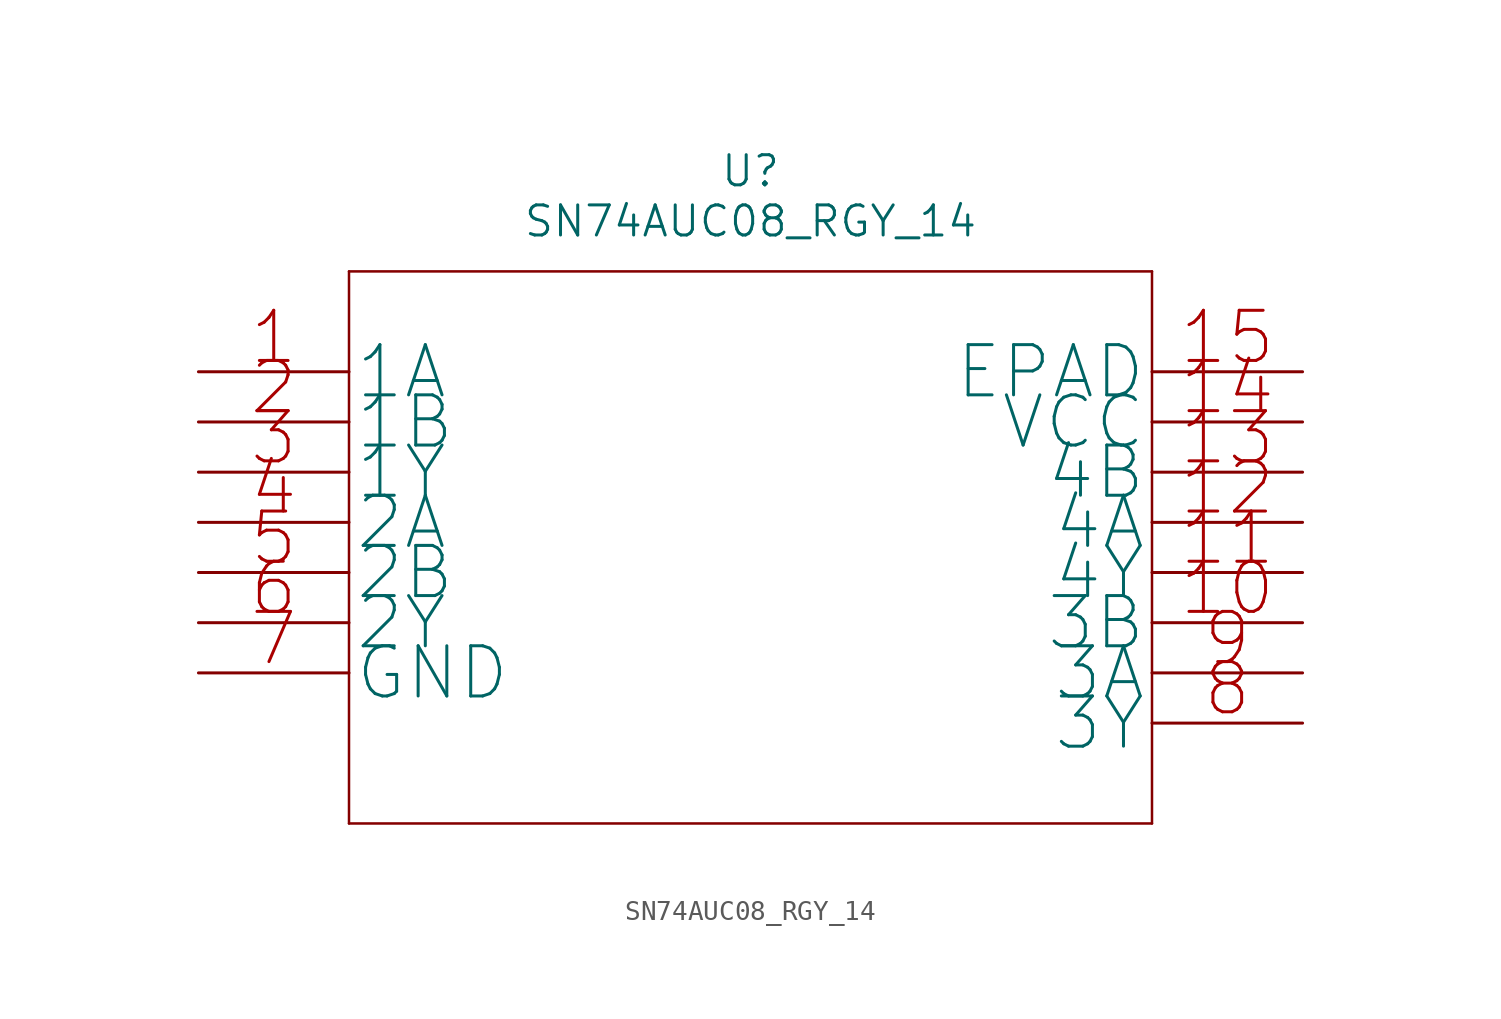
<source format=kicad_sym>
(kicad_symbol_lib
  (version 20220914)
  (generator kicad_symbol_editor)
  (symbol "SN74AUC08_RGY_14"
    (pin_names
      (offset 0.254))
    (property "Reference" "U"
      (at 27.94 10.16 0)
      (effects (font (size 1.524 1.524))))
    (property "Value" "SN74AUC08_RGY_14"
      (at 27.94 7.62 0)
      (effects (font (size 1.524 1.524))))
    (property "Datasheet" ""
      (at 0 0 0)
      (effects (font (size 1.524 1.524))))
    (symbol "SN74AUC08_RGY_14_0_0"
      (polyline (pts (xy 7.62 -22.86) (xy 48.26 -22.86)) (stroke (width 0.127) (type solid)) (fill (type none)))
      (polyline (pts (xy 7.62 5.08) (xy 7.62 -22.86)) (stroke (width 0.127) (type solid)) (fill (type none)))
      (polyline (pts (xy 48.26 -22.86) (xy 48.26 5.08)) (stroke (width 0.127) (type solid)) (fill (type none)))
      (polyline (pts (xy 48.26 5.08) (xy 7.62 5.08)) (stroke (width 0.127) (type solid)) (fill (type none))))
    (symbol "SN74AUC08_RGY_14_1_0"
      (pin unspecified line (at 0 0 0) (length 7.62) (name "1A" (effects (font (size 2.54 2.54)))) (number "1" (effects (font (size 2.54 2.54)))))
      (pin unspecified line (at 55.88 -12.7 180) (length 7.62) (name "3B" (effects (font (size 2.54 2.54)))) (number "10" (effects (font (size 2.54 2.54)))))
      (pin unspecified line (at 55.88 -10.16 180) (length 7.62) (name "4Y" (effects (font (size 2.54 2.54)))) (number "11" (effects (font (size 2.54 2.54)))))
      (pin unspecified line (at 55.88 -7.62 180) (length 7.62) (name "4A" (effects (font (size 2.54 2.54)))) (number "12" (effects (font (size 2.54 2.54)))))
      (pin unspecified line (at 55.88 -5.08 180) (length 7.62) (name "4B" (effects (font (size 2.54 2.54)))) (number "13" (effects (font (size 2.54 2.54)))))
      (pin unspecified line (at 55.88 -2.54 180) (length 7.62) (name "VCC" (effects (font (size 2.54 2.54)))) (number "14" (effects (font (size 2.54 2.54)))))
      (pin unspecified line (at 55.88 0 180) (length 7.62) (name "EPAD" (effects (font (size 2.54 2.54)))) (number "15" (effects (font (size 2.54 2.54)))))
      (pin unspecified line (at 0 -2.54 0) (length 7.62) (name "1B" (effects (font (size 2.54 2.54)))) (number "2" (effects (font (size 2.54 2.54)))))
      (pin unspecified line (at 0 -5.08 0) (length 7.62) (name "1Y" (effects (font (size 2.54 2.54)))) (number "3" (effects (font (size 2.54 2.54)))))
      (pin unspecified line (at 0 -7.62 0) (length 7.62) (name "2A" (effects (font (size 2.54 2.54)))) (number "4" (effects (font (size 2.54 2.54)))))
      (pin unspecified line (at 0 -10.16 0) (length 7.62) (name "2B" (effects (font (size 2.54 2.54)))) (number "5" (effects (font (size 2.54 2.54)))))
      (pin unspecified line (at 0 -12.7 0) (length 7.62) (name "2Y" (effects (font (size 2.54 2.54)))) (number "6" (effects (font (size 2.54 2.54)))))
      (pin unspecified line (at 0 -15.24 0) (length 7.62) (name "GND" (effects (font (size 2.54 2.54)))) (number "7" (effects (font (size 2.54 2.54)))))
      (pin unspecified line (at 55.88 -17.78 180) (length 7.62) (name "3Y" (effects (font (size 2.54 2.54)))) (number "8" (effects (font (size 2.54 2.54)))))
      (pin unspecified line (at 55.88 -15.24 180) (length 7.62) (name "3A" (effects (font (size 2.54 2.54)))) (number "9" (effects (font (size 2.54 2.54))))))))
</source>
